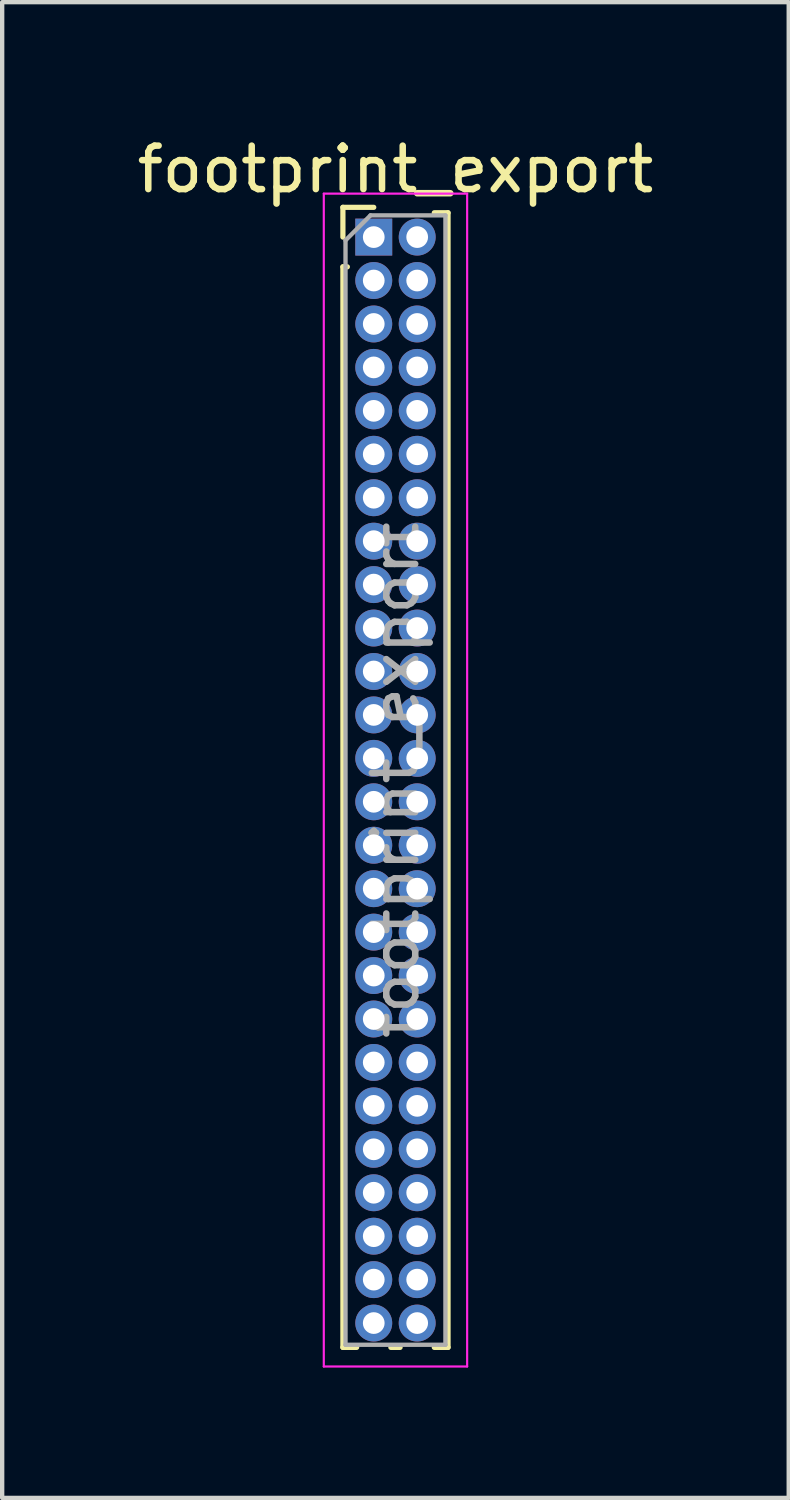
<source format=kicad_pcb>
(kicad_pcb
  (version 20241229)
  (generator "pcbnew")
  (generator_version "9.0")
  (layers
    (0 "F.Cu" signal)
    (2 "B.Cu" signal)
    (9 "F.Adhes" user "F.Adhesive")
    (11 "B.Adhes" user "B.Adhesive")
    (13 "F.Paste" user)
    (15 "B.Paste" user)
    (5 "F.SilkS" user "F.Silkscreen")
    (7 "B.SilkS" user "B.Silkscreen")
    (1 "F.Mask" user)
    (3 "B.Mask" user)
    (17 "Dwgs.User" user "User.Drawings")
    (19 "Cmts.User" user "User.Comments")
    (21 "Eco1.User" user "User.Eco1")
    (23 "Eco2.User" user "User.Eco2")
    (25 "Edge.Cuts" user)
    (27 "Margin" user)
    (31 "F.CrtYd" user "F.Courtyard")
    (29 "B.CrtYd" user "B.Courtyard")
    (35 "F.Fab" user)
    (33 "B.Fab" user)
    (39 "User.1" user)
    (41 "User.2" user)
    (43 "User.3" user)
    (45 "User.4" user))
  (footprint "footprint_export"
    (layer "F.Cu")
    (at 5.554 2.408)
    (property "Reference" "footprint_export" (at 0.5 -1.56 0) (layer "F.SilkS") (effects (font (size 1 1) (thickness 0.15))))
    (attr through_hole)
    (fp_line (start -0.71 -0.685) (end 0 -0.685) (stroke (width 0.12) (type solid)) (layer "F.SilkS"))
    (fp_line (start -0.71 0) (end -0.71 -0.685) (stroke (width 0.12) (type solid)) (layer "F.SilkS"))
    (fp_line (start -0.71 0.685) (end -0.71 25.56) (stroke (width 0.12) (type solid)) (layer "F.SilkS"))
    (fp_line (start -0.71 0.685) (end -0.608 0.685) (stroke (width 0.12) (type solid)) (layer "F.SilkS"))
    (fp_line (start -0.71 25.56) (end -0.394 25.56) (stroke (width 0.12) (type solid)) (layer "F.SilkS"))
    (fp_line (start 0.394 25.56) (end 0.606 25.56) (stroke (width 0.12) (type solid)) (layer "F.SilkS"))
    (fp_line (start 1.394 -0.56) (end 1.71 -0.56) (stroke (width 0.12) (type solid)) (layer "F.SilkS"))
    (fp_line (start 1.394 25.56) (end 1.71 25.56) (stroke (width 0.12) (type solid)) (layer "F.SilkS"))
    (fp_line (start 1.71 -0.56) (end 1.71 25.56) (stroke (width 0.12) (type solid)) (layer "F.SilkS"))
    (fp_line (start -1.15 -1) (end -1.15 26) (stroke (width 0.05) (type solid)) (layer "F.CrtYd"))
    (fp_line (start -1.15 26) (end 2.15 26) (stroke (width 0.05) (type solid)) (layer "F.CrtYd"))
    (fp_line (start 2.15 -1) (end -1.15 -1) (stroke (width 0.05) (type solid)) (layer "F.CrtYd"))
    (fp_line (start 2.15 26) (end 2.15 -1) (stroke (width 0.05) (type solid)) (layer "F.CrtYd"))
    (fp_line (start -0.65 0.075) (end -0.075 -0.5) (stroke (width 0.1) (type solid)) (layer "F.Fab"))
    (fp_line (start -0.65 25.5) (end -0.65 0.075) (stroke (width 0.1) (type solid)) (layer "F.Fab"))
    (fp_line (start -0.075 -0.5) (end 1.65 -0.5) (stroke (width 0.1) (type solid)) (layer "F.Fab"))
    (fp_line (start 1.65 -0.5) (end 1.65 25.5) (stroke (width 0.1) (type solid)) (layer "F.Fab"))
    (fp_line (start 1.65 25.5) (end -0.65 25.5) (stroke (width 0.1) (type solid)) (layer "F.Fab"))
    (fp_text user "${REFERENCE}" (at 0.5 12.5 90) (layer "F.Fab") (effects (font (size 1 1) (thickness 0.15))))
    (pad "1" thru_hole rect (at 0 0) (size 0.85 0.85) (drill 0.5) (layers "*.Cu" "*.Mask"))
    (pad "2" thru_hole oval (at 1 0) (size 0.85 0.85) (drill 0.5) (layers "*.Cu" "*.Mask"))
    (pad "3" thru_hole oval (at 0 1) (size 0.85 0.85) (drill 0.5) (layers "*.Cu" "*.Mask"))
    (pad "4" thru_hole oval (at 1 1) (size 0.85 0.85) (drill 0.5) (layers "*.Cu" "*.Mask"))
    (pad "5" thru_hole oval (at 0 2) (size 0.85 0.85) (drill 0.5) (layers "*.Cu" "*.Mask"))
    (pad "6" thru_hole oval (at 1 2) (size 0.85 0.85) (drill 0.5) (layers "*.Cu" "*.Mask"))
    (pad "7" thru_hole oval (at 0 3) (size 0.85 0.85) (drill 0.5) (layers "*.Cu" "*.Mask"))
    (pad "8" thru_hole oval (at 1 3) (size 0.85 0.85) (drill 0.5) (layers "*.Cu" "*.Mask"))
    (pad "9" thru_hole oval (at 0 4) (size 0.85 0.85) (drill 0.5) (layers "*.Cu" "*.Mask"))
    (pad "10" thru_hole oval (at 1 4) (size 0.85 0.85) (drill 0.5) (layers "*.Cu" "*.Mask"))
    (pad "11" thru_hole oval (at 0 5) (size 0.85 0.85) (drill 0.5) (layers "*.Cu" "*.Mask"))
    (pad "12" thru_hole oval (at 1 5) (size 0.85 0.85) (drill 0.5) (layers "*.Cu" "*.Mask"))
    (pad "13" thru_hole oval (at 0 6) (size 0.85 0.85) (drill 0.5) (layers "*.Cu" "*.Mask"))
    (pad "14" thru_hole oval (at 1 6) (size 0.85 0.85) (drill 0.5) (layers "*.Cu" "*.Mask"))
    (pad "15" thru_hole oval (at 0 7) (size 0.85 0.85) (drill 0.5) (layers "*.Cu" "*.Mask"))
    (pad "16" thru_hole oval (at 1 7) (size 0.85 0.85) (drill 0.5) (layers "*.Cu" "*.Mask"))
    (pad "17" thru_hole oval (at 0 8) (size 0.85 0.85) (drill 0.5) (layers "*.Cu" "*.Mask"))
    (pad "18" thru_hole oval (at 1 8) (size 0.85 0.85) (drill 0.5) (layers "*.Cu" "*.Mask"))
    (pad "19" thru_hole oval (at 0 9) (size 0.85 0.85) (drill 0.5) (layers "*.Cu" "*.Mask"))
    (pad "20" thru_hole oval (at 1 9) (size 0.85 0.85) (drill 0.5) (layers "*.Cu" "*.Mask"))
    (pad "21" thru_hole oval (at 0 10) (size 0.85 0.85) (drill 0.5) (layers "*.Cu" "*.Mask"))
    (pad "22" thru_hole oval (at 1 10) (size 0.85 0.85) (drill 0.5) (layers "*.Cu" "*.Mask"))
    (pad "23" thru_hole oval (at 0 11) (size 0.85 0.85) (drill 0.5) (layers "*.Cu" "*.Mask"))
    (pad "24" thru_hole oval (at 1 11) (size 0.85 0.85) (drill 0.5) (layers "*.Cu" "*.Mask"))
    (pad "25" thru_hole oval (at 0 12) (size 0.85 0.85) (drill 0.5) (layers "*.Cu" "*.Mask"))
    (pad "26" thru_hole oval (at 1 12) (size 0.85 0.85) (drill 0.5) (layers "*.Cu" "*.Mask"))
    (pad "27" thru_hole oval (at 0 13) (size 0.85 0.85) (drill 0.5) (layers "*.Cu" "*.Mask"))
    (pad "28" thru_hole oval (at 1 13) (size 0.85 0.85) (drill 0.5) (layers "*.Cu" "*.Mask"))
    (pad "29" thru_hole oval (at 0 14) (size 0.85 0.85) (drill 0.5) (layers "*.Cu" "*.Mask"))
    (pad "30" thru_hole oval (at 1 14) (size 0.85 0.85) (drill 0.5) (layers "*.Cu" "*.Mask"))
    (pad "31" thru_hole oval (at 0 15) (size 0.85 0.85) (drill 0.5) (layers "*.Cu" "*.Mask"))
    (pad "32" thru_hole oval (at 1 15) (size 0.85 0.85) (drill 0.5) (layers "*.Cu" "*.Mask"))
    (pad "33" thru_hole oval (at 0 16) (size 0.85 0.85) (drill 0.5) (layers "*.Cu" "*.Mask"))
    (pad "34" thru_hole oval (at 1 16) (size 0.85 0.85) (drill 0.5) (layers "*.Cu" "*.Mask"))
    (pad "35" thru_hole oval (at 0 17) (size 0.85 0.85) (drill 0.5) (layers "*.Cu" "*.Mask"))
    (pad "36" thru_hole oval (at 1 17) (size 0.85 0.85) (drill 0.5) (layers "*.Cu" "*.Mask"))
    (pad "37" thru_hole oval (at 0 18) (size 0.85 0.85) (drill 0.5) (layers "*.Cu" "*.Mask"))
    (pad "38" thru_hole oval (at 1 18) (size 0.85 0.85) (drill 0.5) (layers "*.Cu" "*.Mask"))
    (pad "39" thru_hole oval (at 0 19) (size 0.85 0.85) (drill 0.5) (layers "*.Cu" "*.Mask"))
    (pad "40" thru_hole oval (at 1 19) (size 0.85 0.85) (drill 0.5) (layers "*.Cu" "*.Mask"))
    (pad "41" thru_hole oval (at 0 20) (size 0.85 0.85) (drill 0.5) (layers "*.Cu" "*.Mask"))
    (pad "42" thru_hole oval (at 1 20) (size 0.85 0.85) (drill 0.5) (layers "*.Cu" "*.Mask"))
    (pad "43" thru_hole oval (at 0 21) (size 0.85 0.85) (drill 0.5) (layers "*.Cu" "*.Mask"))
    (pad "44" thru_hole oval (at 1 21) (size 0.85 0.85) (drill 0.5) (layers "*.Cu" "*.Mask"))
    (pad "45" thru_hole oval (at 0 22) (size 0.85 0.85) (drill 0.5) (layers "*.Cu" "*.Mask"))
    (pad "46" thru_hole oval (at 1 22) (size 0.85 0.85) (drill 0.5) (layers "*.Cu" "*.Mask"))
    (pad "47" thru_hole oval (at 0 23) (size 0.85 0.85) (drill 0.5) (layers "*.Cu" "*.Mask"))
    (pad "48" thru_hole oval (at 1 23) (size 0.85 0.85) (drill 0.5) (layers "*.Cu" "*.Mask"))
    (pad "49" thru_hole oval (at 0 24) (size 0.85 0.85) (drill 0.5) (layers "*.Cu" "*.Mask"))
    (pad "50" thru_hole oval (at 1 24) (size 0.85 0.85) (drill 0.5) (layers "*.Cu" "*.Mask"))
    (pad "51" thru_hole oval (at 0 25) (size 0.85 0.85) (drill 0.5) (layers "*.Cu" "*.Mask"))
    (pad "52" thru_hole oval (at 1 25) (size 0.85 0.85) (drill 0.5) (layers "*.Cu" "*.Mask")))
  (gr_rect
    (start -3 -3)
    (end 15.107 31.433)
    (stroke (width 0.1) (type default))
    (fill no)
    (layer "Edge.Cuts")))
</source>
